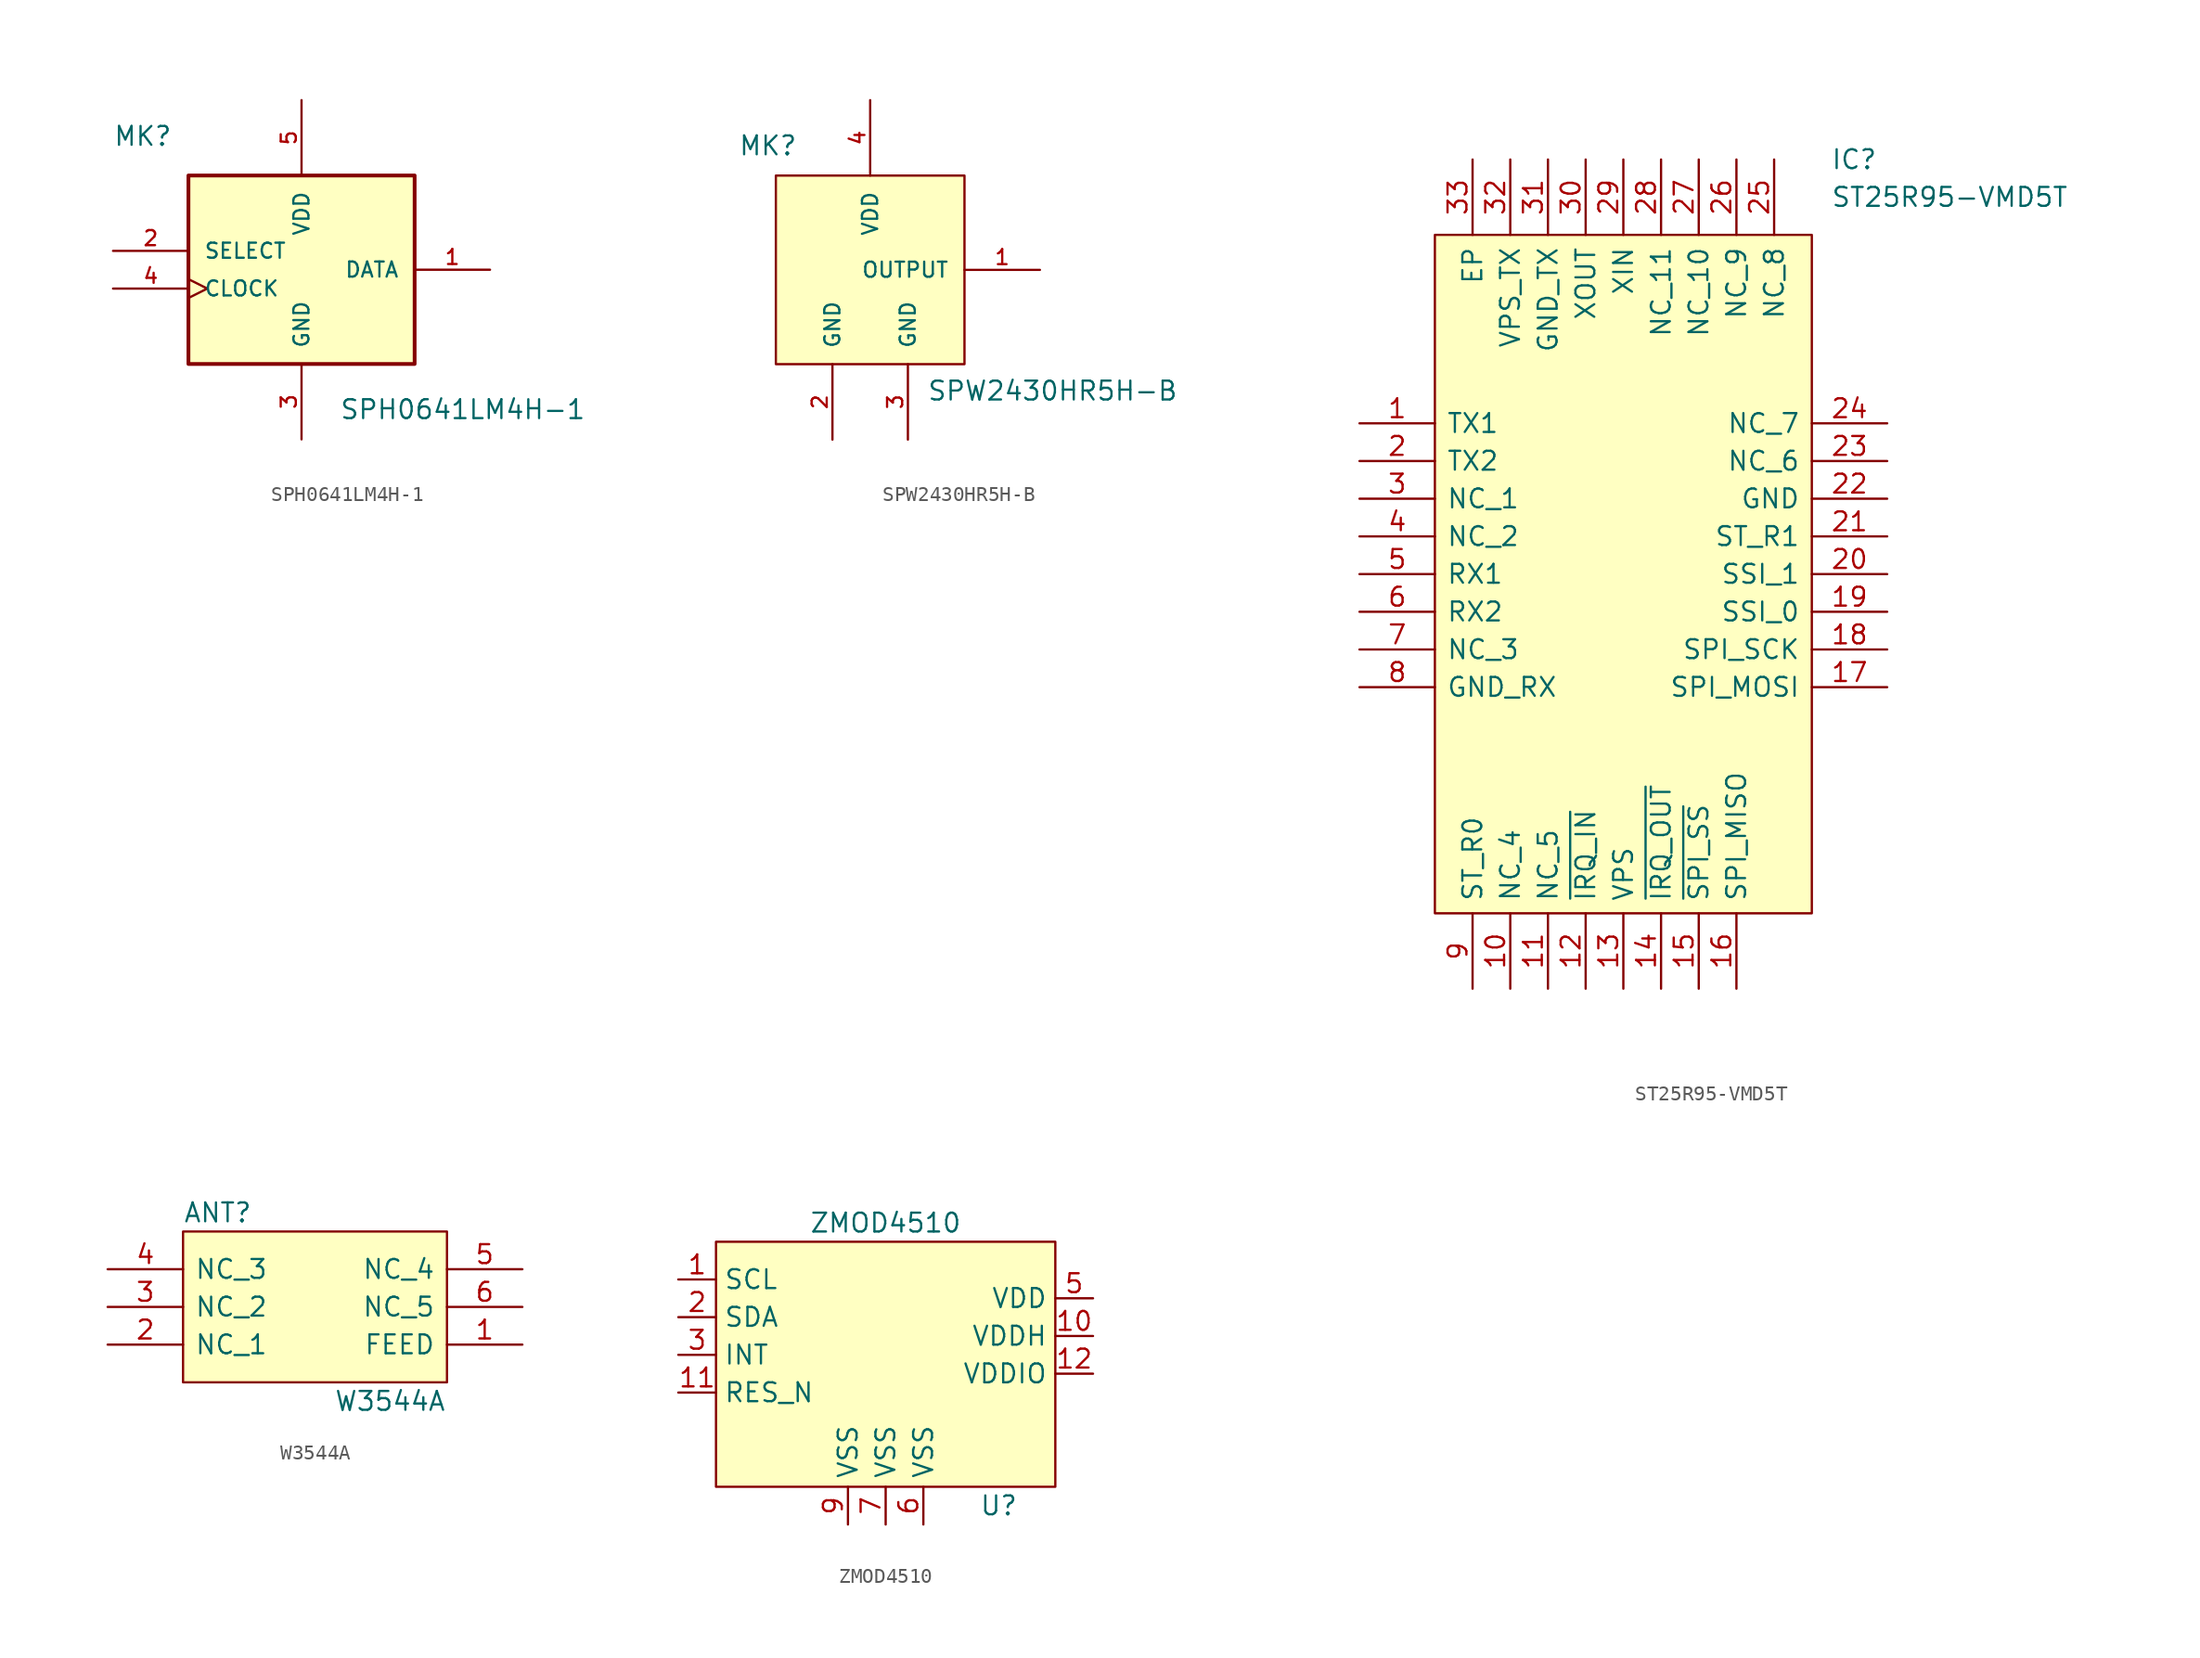
<source format=kicad_sym>
(kicad_symbol_lib
  (version 20211014)
  (generator kicad_symbol_editor)
  (symbol "SPH0641LM4H-1"
    (pin_names
      (offset 1.016))
    (property "Reference" "MK"
      (at -12.7 8.255 0)
      (effects (font (size 1.27 1.27)) (justify left bottom)))
    (property "Value" "SPH0641LM4H-1"
      (at 2.54 -10.16 0)
      (effects (font (size 1.27 1.27)) (justify left bottom)))
    (property "ki_locked" ""
      (at 0 0 0)
      (effects (font (size 1.27 1.27))))
    (symbol "SPH0641LM4H-1_0_0"
      (rectangle (start 7.62 -6.35) (end -7.62 6.35) (stroke (width 0.254) (type default) (color 0 0 0 0)) (fill (type background)))
      (pin output line (at 12.7 0 180) (length 5.08) (name "DATA" (effects (font (size 1.016 1.016)))) (number "1" (effects (font (size 1.016 1.016)))))
      (pin input line (at -12.7 1.27 0) (length 5.08) (name "SELECT" (effects (font (size 1.016 1.016)))) (number "2" (effects (font (size 1.016 1.016)))))
      (pin power_in line (at 0 -11.43 90) (length 5.08) (name "GND" (effects (font (size 1.016 1.016)))) (number "3" (effects (font (size 1.016 1.016)))))
      (pin input clock (at -12.7 -1.27 0) (length 5.08) (name "CLOCK" (effects (font (size 1.016 1.016)))) (number "4" (effects (font (size 1.016 1.016)))))
      (pin power_in line (at 0 11.43 270) (length 5.08) (name "VDD" (effects (font (size 1.016 1.016)))) (number "5" (effects (font (size 1.016 1.016)))))))
  (symbol "SPW2430HR5H-B"
    (pin_names
      (offset 1.016))
    (property "Reference" "MK"
      (at -8.89 7.62 0)
      (effects (font (size 1.27 1.27)) (justify left bottom)))
    (property "Value" "SPW2430HR5H-B"
      (at 3.81 -8.89 0)
      (effects (font (size 1.27 1.27)) (justify left bottom)))
    (property "ki_locked" ""
      (at 0 0 0)
      (effects (font (size 1.27 1.27))))
    (symbol "SPW2430HR5H-B_0_0"
      (pin output line (at 11.43 0 180) (length 5.08) (name "OUTPUT" (effects (font (size 1.016 1.016)))) (number "1" (effects (font (size 1.016 1.016)))))
      (pin power_in line (at -2.54 -11.43 90) (length 5.08) (name "GND" (effects (font (size 1.016 1.016)))) (number "2" (effects (font (size 1.016 1.016)))))
      (pin power_in line (at 2.54 -11.43 90) (length 5.08) (name "GND" (effects (font (size 1.016 1.016)))) (number "3" (effects (font (size 1.016 1.016)))))
      (pin power_in line (at 0 11.43 270) (length 5.08) (name "VDD" (effects (font (size 1.016 1.016)))) (number "4" (effects (font (size 1.016 1.016))))))
    (symbol "SPW2430HR5H-B_1_1"
      (rectangle (start 6.35 6.35) (end -6.35 -6.35) (stroke (width 0) (type default) (color 0 0 0 0)) (fill (type background)))))
  (symbol "ST25R95-VMD5T"
    (pin_names
      (offset 0.762))
    (property "Reference" "IC"
      (at 31.75 17.78 0)
      (effects (font (size 1.27 1.27)) (justify left)))
    (property "Value" "ST25R95-VMD5T"
      (at 31.75 15.24 0)
      (effects (font (size 1.27 1.27)) (justify left)))
    (symbol "ST25R95-VMD5T_0_0"
      (pin unspecified line (at 0 0 0) (length 5.08) (name "TX1" (effects (font (size 1.27 1.27)))) (number "1" (effects (font (size 1.27 1.27)))))
      (pin unspecified line (at 10.16 -38.1 90) (length 5.08) (name "NC_4" (effects (font (size 1.27 1.27)))) (number "10" (effects (font (size 1.27 1.27)))))
      (pin unspecified line (at 12.7 -38.1 90) (length 5.08) (name "NC_5" (effects (font (size 1.27 1.27)))) (number "11" (effects (font (size 1.27 1.27)))))
      (pin unspecified line (at 15.24 -38.1 90) (length 5.08) (name "~{IRQ_IN}" (effects (font (size 1.27 1.27)))) (number "12" (effects (font (size 1.27 1.27)))))
      (pin unspecified line (at 17.78 -38.1 90) (length 5.08) (name "VPS" (effects (font (size 1.27 1.27)))) (number "13" (effects (font (size 1.27 1.27)))))
      (pin unspecified line (at 20.32 -38.1 90) (length 5.08) (name "~{IRQ_OUT}" (effects (font (size 1.27 1.27)))) (number "14" (effects (font (size 1.27 1.27)))))
      (pin unspecified line (at 22.86 -38.1 90) (length 5.08) (name "~{SPI_SS}" (effects (font (size 1.27 1.27)))) (number "15" (effects (font (size 1.27 1.27)))))
      (pin unspecified line (at 25.4 -38.1 90) (length 5.08) (name "SPI_MISO" (effects (font (size 1.27 1.27)))) (number "16" (effects (font (size 1.27 1.27)))))
      (pin unspecified line (at 35.56 -17.78 180) (length 5.08) (name "SPI_MOSI" (effects (font (size 1.27 1.27)))) (number "17" (effects (font (size 1.27 1.27)))))
      (pin unspecified line (at 35.56 -15.24 180) (length 5.08) (name "SPI_SCK" (effects (font (size 1.27 1.27)))) (number "18" (effects (font (size 1.27 1.27)))))
      (pin unspecified line (at 35.56 -12.7 180) (length 5.08) (name "SSI_0" (effects (font (size 1.27 1.27)))) (number "19" (effects (font (size 1.27 1.27)))))
      (pin unspecified line (at 0 -2.54 0) (length 5.08) (name "TX2" (effects (font (size 1.27 1.27)))) (number "2" (effects (font (size 1.27 1.27)))))
      (pin unspecified line (at 35.56 -10.16 180) (length 5.08) (name "SSI_1" (effects (font (size 1.27 1.27)))) (number "20" (effects (font (size 1.27 1.27)))))
      (pin unspecified line (at 35.56 -7.62 180) (length 5.08) (name "ST_R1" (effects (font (size 1.27 1.27)))) (number "21" (effects (font (size 1.27 1.27)))))
      (pin unspecified line (at 35.56 -5.08 180) (length 5.08) (name "GND" (effects (font (size 1.27 1.27)))) (number "22" (effects (font (size 1.27 1.27)))))
      (pin unspecified line (at 35.56 -2.54 180) (length 5.08) (name "NC_6" (effects (font (size 1.27 1.27)))) (number "23" (effects (font (size 1.27 1.27)))))
      (pin unspecified line (at 35.56 0 180) (length 5.08) (name "NC_7" (effects (font (size 1.27 1.27)))) (number "24" (effects (font (size 1.27 1.27)))))
      (pin unspecified line (at 27.94 17.78 270) (length 5.08) (name "NC_8" (effects (font (size 1.27 1.27)))) (number "25" (effects (font (size 1.27 1.27)))))
      (pin unspecified line (at 25.4 17.78 270) (length 5.08) (name "NC_9" (effects (font (size 1.27 1.27)))) (number "26" (effects (font (size 1.27 1.27)))))
      (pin unspecified line (at 22.86 17.78 270) (length 5.08) (name "NC_10" (effects (font (size 1.27 1.27)))) (number "27" (effects (font (size 1.27 1.27)))))
      (pin unspecified line (at 20.32 17.78 270) (length 5.08) (name "NC_11" (effects (font (size 1.27 1.27)))) (number "28" (effects (font (size 1.27 1.27)))))
      (pin unspecified line (at 17.78 17.78 270) (length 5.08) (name "XIN" (effects (font (size 1.27 1.27)))) (number "29" (effects (font (size 1.27 1.27)))))
      (pin unspecified line (at 0 -5.08 0) (length 5.08) (name "NC_1" (effects (font (size 1.27 1.27)))) (number "3" (effects (font (size 1.27 1.27)))))
      (pin unspecified line (at 15.24 17.78 270) (length 5.08) (name "XOUT" (effects (font (size 1.27 1.27)))) (number "30" (effects (font (size 1.27 1.27)))))
      (pin unspecified line (at 12.7 17.78 270) (length 5.08) (name "GND_TX" (effects (font (size 1.27 1.27)))) (number "31" (effects (font (size 1.27 1.27)))))
      (pin unspecified line (at 10.16 17.78 270) (length 5.08) (name "VPS_TX" (effects (font (size 1.27 1.27)))) (number "32" (effects (font (size 1.27 1.27)))))
      (pin unspecified line (at 7.62 17.78 270) (length 5.08) (name "EP" (effects (font (size 1.27 1.27)))) (number "33" (effects (font (size 1.27 1.27)))))
      (pin unspecified line (at 0 -7.62 0) (length 5.08) (name "NC_2" (effects (font (size 1.27 1.27)))) (number "4" (effects (font (size 1.27 1.27)))))
      (pin unspecified line (at 0 -10.16 0) (length 5.08) (name "RX1" (effects (font (size 1.27 1.27)))) (number "5" (effects (font (size 1.27 1.27)))))
      (pin unspecified line (at 0 -12.7 0) (length 5.08) (name "RX2" (effects (font (size 1.27 1.27)))) (number "6" (effects (font (size 1.27 1.27)))))
      (pin unspecified line (at 0 -15.24 0) (length 5.08) (name "NC_3" (effects (font (size 1.27 1.27)))) (number "7" (effects (font (size 1.27 1.27)))))
      (pin unspecified line (at 0 -17.78 0) (length 5.08) (name "GND_RX" (effects (font (size 1.27 1.27)))) (number "8" (effects (font (size 1.27 1.27)))))
      (pin unspecified line (at 7.62 -38.1 90) (length 5.08) (name "ST_R0" (effects (font (size 1.27 1.27)))) (number "9" (effects (font (size 1.27 1.27))))))
    (symbol "ST25R95-VMD5T_0_1"
      (polyline (pts (xy 5.08 12.7) (xy 30.48 12.7) (xy 30.48 -33.02) (xy 5.08 -33.02) (xy 5.08 12.7)) (stroke (width 0.152) (type default) (color 0 0 0 0)) (fill (type background)))))
  (symbol "W3544A"
    (pin_names
      (offset 0.762))
    (property "Reference" "ANT"
      (at -8.89 6.35 0)
      (effects (font (size 1.27 1.27)) (justify left)))
    (property "Value" "W3544A"
      (at 1.27 -6.35 0)
      (effects (font (size 1.27 1.27)) (justify left)))
    (symbol "W3544A_0_0"
      (pin passive line (at 13.97 -2.54 180) (length 5.08) (name "FEED" (effects (font (size 1.27 1.27)))) (number "1" (effects (font (size 1.27 1.27)))))
      (pin passive line (at -13.97 -2.54 0) (length 5.08) (name "NC_1" (effects (font (size 1.27 1.27)))) (number "2" (effects (font (size 1.27 1.27)))))
      (pin passive line (at -13.97 0 0) (length 5.08) (name "NC_2" (effects (font (size 1.27 1.27)))) (number "3" (effects (font (size 1.27 1.27)))))
      (pin passive line (at -13.97 2.54 0) (length 5.08) (name "NC_3" (effects (font (size 1.27 1.27)))) (number "4" (effects (font (size 1.27 1.27)))))
      (pin passive line (at 13.97 2.54 180) (length 5.08) (name "NC_4" (effects (font (size 1.27 1.27)))) (number "5" (effects (font (size 1.27 1.27)))))
      (pin passive line (at 13.97 0 180) (length 5.08) (name "NC_5" (effects (font (size 1.27 1.27)))) (number "6" (effects (font (size 1.27 1.27))))))
    (symbol "W3544A_0_1"
      (polyline (pts (xy -8.89 5.08) (xy 8.89 5.08) (xy 8.89 -5.08) (xy -8.89 -5.08) (xy -8.89 5.08)) (stroke (width 0.152) (type default) (color 0 0 0 0)) (fill (type background)))))
  (symbol "ZMOD4510"
    (property "Reference" "U"
      (at 7.62 -11.43 0)
      (effects (font (size 1.27 1.27))))
    (property "Value" "ZMOD4510"
      (at 0 7.62 0)
      (effects (font (size 1.27 1.27))))
    (symbol "ZMOD4510_0_1"
      (rectangle (start -11.43 6.35) (end 11.43 -10.16) (stroke (width 0.152) (type default) (color 0 0 0 0)) (fill (type background))))
    (symbol "ZMOD4510_1_1"
      (pin input line (at -13.97 3.81 0) (length 2.54) (name "SCL" (effects (font (size 1.27 1.27)))) (number "1" (effects (font (size 1.27 1.27)))))
      (pin power_in line (at 13.97 0 180) (length 2.54) (name "VDDH" (effects (font (size 1.27 1.27)))) (number "10" (effects (font (size 1.27 1.27)))))
      (pin input line (at -13.97 -3.81 0) (length 2.54) (name "RES_N" (effects (font (size 1.27 1.27)))) (number "11" (effects (font (size 1.27 1.27)))))
      (pin power_in line (at 13.97 -2.54 180) (length 2.54) (name "VDDIO" (effects (font (size 1.27 1.27)))) (number "12" (effects (font (size 1.27 1.27)))))
      (pin bidirectional line (at -13.97 1.27 0) (length 2.54) (name "SDA" (effects (font (size 1.27 1.27)))) (number "2" (effects (font (size 1.27 1.27)))))
      (pin output line (at -13.97 -1.27 0) (length 2.54) (name "INT" (effects (font (size 1.27 1.27)))) (number "3" (effects (font (size 1.27 1.27)))))
      (pin power_in line (at 13.97 2.54 180) (length 2.54) (name "VDD" (effects (font (size 1.27 1.27)))) (number "5" (effects (font (size 1.27 1.27)))))
      (pin power_in line (at 2.54 -12.7 90) (length 2.54) (name "VSS" (effects (font (size 1.27 1.27)))) (number "6" (effects (font (size 1.27 1.27)))))
      (pin power_in line (at 0 -12.7 90) (length 2.54) (name "VSS" (effects (font (size 1.27 1.27)))) (number "7" (effects (font (size 1.27 1.27)))))
      (pin power_in line (at -2.54 -12.7 90) (length 2.54) (name "VSS" (effects (font (size 1.27 1.27)))) (number "9" (effects (font (size 1.27 1.27))))))))
</source>
